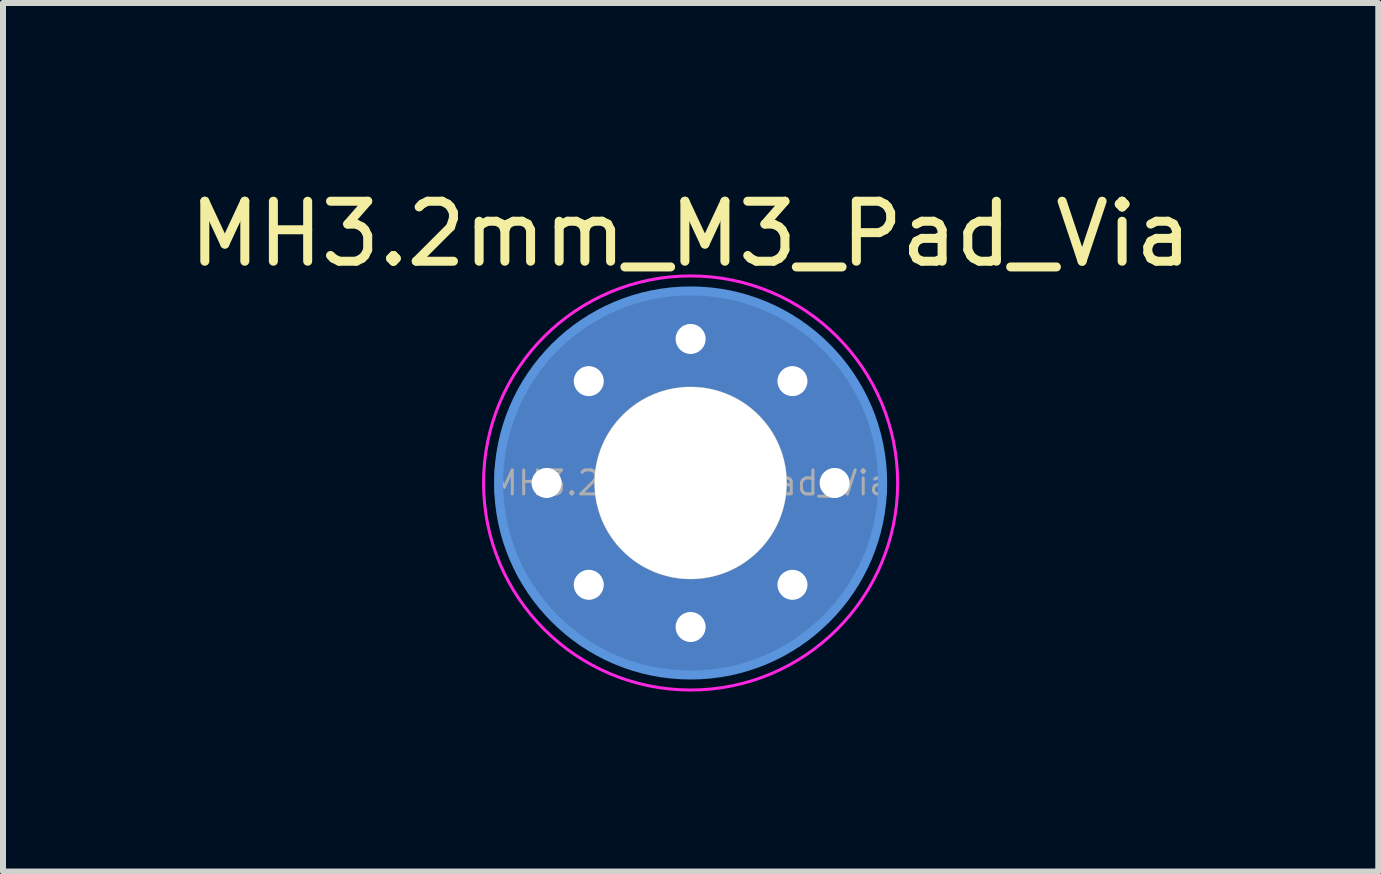
<source format=kicad_pcb>
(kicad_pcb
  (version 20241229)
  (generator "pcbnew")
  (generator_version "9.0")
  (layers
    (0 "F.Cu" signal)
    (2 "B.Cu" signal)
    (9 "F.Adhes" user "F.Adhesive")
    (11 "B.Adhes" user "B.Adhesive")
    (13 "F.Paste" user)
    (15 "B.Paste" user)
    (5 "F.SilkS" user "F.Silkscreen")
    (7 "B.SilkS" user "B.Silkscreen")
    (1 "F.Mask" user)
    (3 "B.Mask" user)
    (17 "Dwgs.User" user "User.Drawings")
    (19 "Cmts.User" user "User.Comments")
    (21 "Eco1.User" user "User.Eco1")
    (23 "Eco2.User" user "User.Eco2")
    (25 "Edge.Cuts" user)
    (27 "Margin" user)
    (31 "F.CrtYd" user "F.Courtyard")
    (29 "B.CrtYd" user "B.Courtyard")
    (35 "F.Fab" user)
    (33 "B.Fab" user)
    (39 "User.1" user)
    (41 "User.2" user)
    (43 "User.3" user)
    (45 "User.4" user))
  (footprint "MH3.2mm_M3_Pad_Via"
    (layer "F.Cu")
    (at 8.458 4.998)
    (property "Reference" "MH3.2mm_M3_Pad_Via" (at 0 -4.15 0) (layer "F.SilkS") (effects (font (size 1 1) (thickness 0.15))))
    (attr exclude_from_pos_files exclude_from_bom)
    (fp_circle (center 0 0) (end 3.2 0) (stroke (width 0.15) (type solid)) (fill no) (layer "Cmts.User"))
    (fp_circle (center 0 0) (end 3.45 0) (stroke (width 0.05) (type solid)) (fill no) (layer "F.CrtYd"))
    (fp_circle (center 0 0) (end 0 3.25) (stroke (width 0.01) (type default)) (fill no) (layer "F.Fab"))
    (fp_circle (center 0 0) (end 1.6 0) (stroke (width 0.01) (type default)) (fill no) (layer "F.Fab"))
    (fp_text user "${REFERENCE}" (at 0 0 0) (layer "F.Fab") (effects (font (size 0.4 0.4) (thickness 0.05))))
    (pad "1" thru_hole circle (at -2.4 0) (size 0.8 0.8) (drill 0.5) (layers "*.Cu" "*.Mask"))
    (pad "1" thru_hole circle (at -1.697 -1.697) (size 0.8 0.8) (drill 0.5) (layers "*.Cu" "*.Mask"))
    (pad "1" thru_hole circle (at -1.697 1.697) (size 0.8 0.8) (drill 0.5) (layers "*.Cu" "*.Mask"))
    (pad "1" thru_hole circle (at 0 -2.4) (size 0.8 0.8) (drill 0.5) (layers "*.Cu" "*.Mask"))
    (pad "1" thru_hole circle (at 0 0) (size 6.4 6.4) (drill 3.2) (layers "*.Cu" "*.Mask"))
    (pad "1" thru_hole circle (at 0 2.4) (size 0.8 0.8) (drill 0.5) (layers "*.Cu" "*.Mask"))
    (pad "1" thru_hole circle (at 1.697 -1.697) (size 0.8 0.8) (drill 0.5) (layers "*.Cu" "*.Mask"))
    (pad "1" thru_hole circle (at 1.697 1.697) (size 0.8 0.8) (drill 0.5) (layers "*.Cu" "*.Mask"))
    (pad "1" thru_hole circle (at 2.4 0) (size 0.8 0.8) (drill 0.5) (layers "*.Cu" "*.Mask")))
  (gr_rect
    (start -3 -3)
    (end 19.917 11.473)
    (stroke (width 0.1) (type default))
    (fill no)
    (layer "Edge.Cuts")))
</source>
